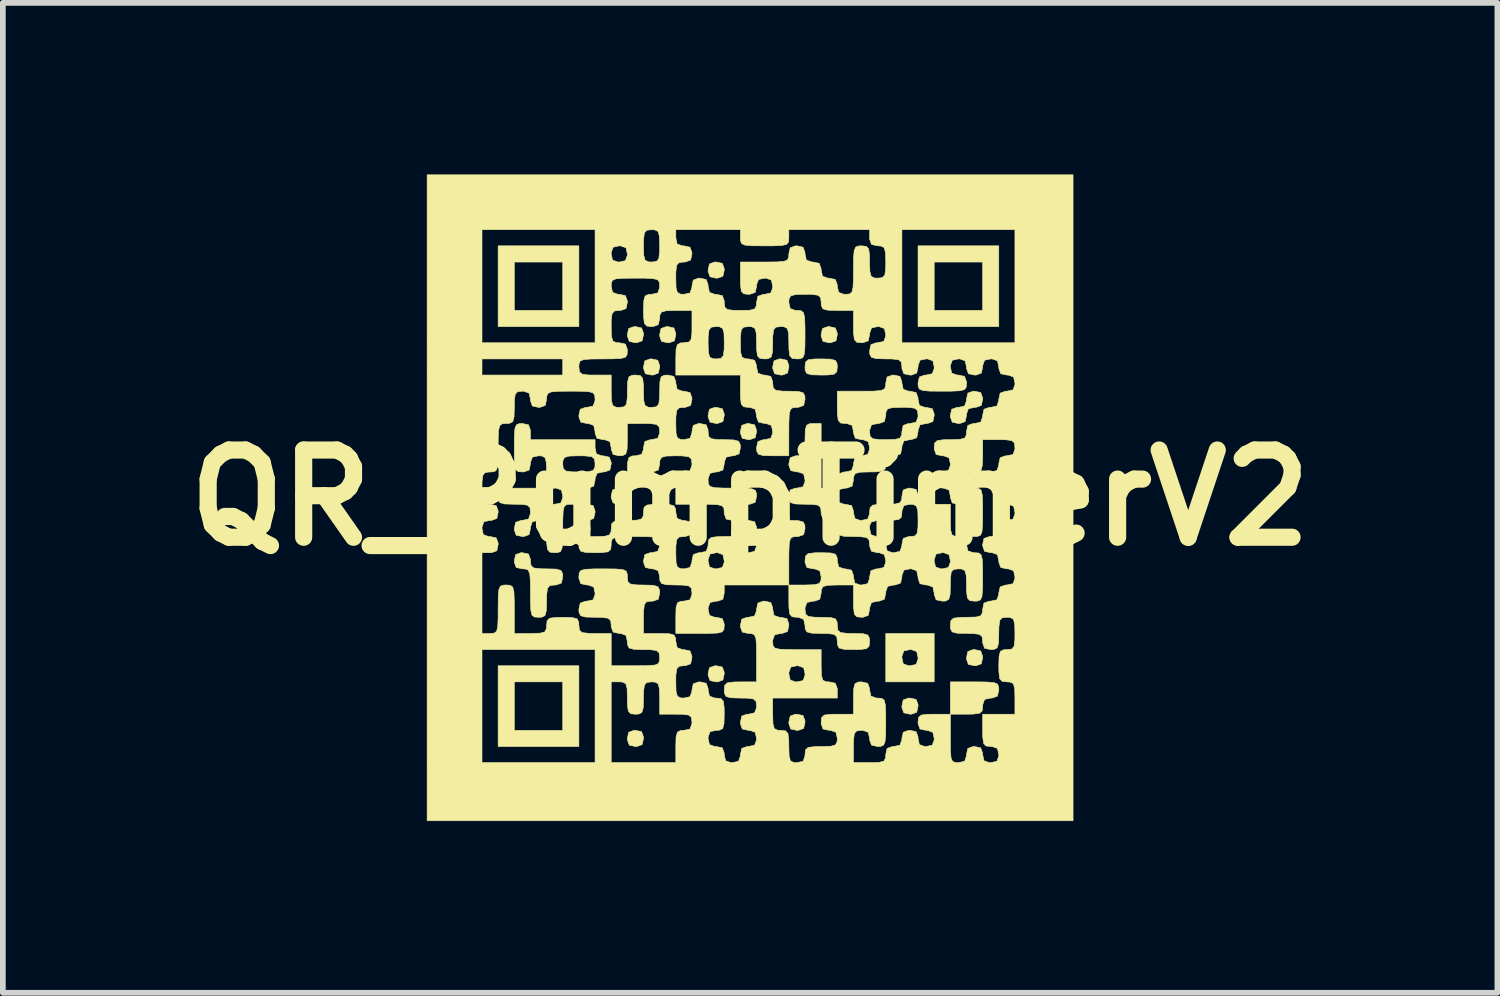
<source format=kicad_pcb>
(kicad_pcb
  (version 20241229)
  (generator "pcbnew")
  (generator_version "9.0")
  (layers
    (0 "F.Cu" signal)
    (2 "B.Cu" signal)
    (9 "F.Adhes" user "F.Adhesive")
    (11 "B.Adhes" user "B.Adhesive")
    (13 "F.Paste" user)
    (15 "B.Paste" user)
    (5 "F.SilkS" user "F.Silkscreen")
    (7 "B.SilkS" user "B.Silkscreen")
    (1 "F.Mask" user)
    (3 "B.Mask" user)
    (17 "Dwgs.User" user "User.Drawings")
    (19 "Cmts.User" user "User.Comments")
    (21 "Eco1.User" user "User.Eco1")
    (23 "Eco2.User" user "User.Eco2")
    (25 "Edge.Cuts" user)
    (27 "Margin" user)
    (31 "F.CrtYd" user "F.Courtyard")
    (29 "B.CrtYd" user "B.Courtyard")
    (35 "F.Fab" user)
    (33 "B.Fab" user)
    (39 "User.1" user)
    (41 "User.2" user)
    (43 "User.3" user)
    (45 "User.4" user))
  (footprint "QR_PumpTimerV2"
    (layer "F.Cu")
    (at 10.058 5.649)
    (property "Reference" "QR_PumpTimerV2" (at 0 0 0) (layer "F.SilkS") (effects (font (size 1.524 1.524) (thickness 0.3))))
    (attr through_hole)
    (fp_poly (pts (xy -2.992 -2.992) (xy -4.403 -2.992) (xy -4.403 -4.12) (xy -4.12 -4.12) (xy -4.12 -3.274) (xy -3.274 -3.274) (xy -3.274 -4.12) (xy -4.12 -4.12) (xy -4.403 -4.12) (xy -4.403 -4.403) (xy -2.992 -4.403) (xy -2.992 -2.992)) (stroke (width 0.01) (type solid)) (fill yes) (layer "F.SilkS"))
    (fp_poly (pts (xy -2.992 4.346) (xy -4.403 4.346) (xy -4.403 3.217) (xy -4.12 3.217) (xy -4.12 4.064) (xy -3.274 4.064) (xy -3.274 3.217) (xy -4.12 3.217) (xy -4.403 3.217) (xy -4.403 2.935) (xy -2.992 2.935) (xy -2.992 4.346)) (stroke (width 0.01) (type solid)) (fill yes) (layer "F.SilkS"))
    (fp_poly (pts (xy 4.346 -2.992) (xy 2.935 -2.992) (xy 2.935 -4.12) (xy 3.217 -4.12) (xy 3.217 -3.274) (xy 4.064 -3.274) (xy 4.064 -4.12) (xy 3.217 -4.12) (xy 2.935 -4.12) (xy 2.935 -4.403) (xy 4.346 -4.403) (xy 4.346 -2.992)) (stroke (width 0.01) (type solid)) (fill yes) (layer "F.SilkS"))
    (fp_poly (pts (xy -2.179 -0.146) (xy -2.145 -0.054) (xy -2.145 -0.028) (xy -2.168 0.079) (xy -2.26 0.112) (xy -2.286 0.113) (xy -2.393 0.09) (xy -2.427 -0.002) (xy -2.427 -0.028) (xy -2.404 -0.136) (xy -2.312 -0.169) (xy -2.286 -0.169) (xy -2.179 -0.146)) (stroke (width 0.01) (type solid)) (fill yes) (layer "F.SilkS"))
    (fp_poly (pts (xy -1.896 -2.968) (xy -1.863 -2.876) (xy -1.863 -2.85) (xy -1.886 -2.743) (xy -1.978 -2.71) (xy -2.004 -2.709) (xy -2.111 -2.733) (xy -2.144 -2.824) (xy -2.145 -2.85) (xy -2.122 -2.958) (xy -2.03 -2.991) (xy -2.004 -2.992) (xy -1.896 -2.968)) (stroke (width 0.01) (type solid)) (fill yes) (layer "F.SilkS"))
    (fp_poly (pts (xy -1.896 4.087) (xy -1.863 4.179) (xy -1.863 4.205) (xy -1.886 4.313) (xy -1.978 4.346) (xy -2.004 4.346) (xy -2.111 4.323) (xy -2.144 4.231) (xy -2.145 4.205) (xy -2.122 4.098) (xy -2.03 4.065) (xy -2.004 4.064) (xy -1.896 4.087)) (stroke (width 0.01) (type solid)) (fill yes) (layer "F.SilkS"))
    (fp_poly (pts (xy -1.614 -2.404) (xy -1.581 -2.312) (xy -1.58 -2.286) (xy -1.604 -2.179) (xy -1.696 -2.145) (xy -1.722 -2.145) (xy -1.829 -2.168) (xy -1.862 -2.26) (xy -1.863 -2.286) (xy -1.839 -2.393) (xy -1.748 -2.427) (xy -1.722 -2.427) (xy -1.614 -2.404)) (stroke (width 0.01) (type solid)) (fill yes) (layer "F.SilkS"))
    (fp_poly (pts (xy -1.332 -2.968) (xy -1.299 -2.876) (xy -1.298 -2.85) (xy -1.322 -2.743) (xy -1.413 -2.71) (xy -1.439 -2.709) (xy -1.547 -2.733) (xy -1.58 -2.824) (xy -1.58 -2.85) (xy -1.557 -2.958) (xy -1.465 -2.991) (xy -1.439 -2.992) (xy -1.332 -2.968)) (stroke (width 0.01) (type solid)) (fill yes) (layer "F.SilkS"))
    (fp_poly (pts (xy -0.485 -4.097) (xy -0.452 -4.005) (xy -0.452 -3.979) (xy -0.475 -3.872) (xy -0.567 -3.839) (xy -0.593 -3.838) (xy -0.7 -3.862) (xy -0.733 -3.953) (xy -0.734 -3.979) (xy -0.71 -4.087) (xy -0.619 -4.12) (xy -0.593 -4.12) (xy -0.485 -4.097)) (stroke (width 0.01) (type solid)) (fill yes) (layer "F.SilkS"))
    (fp_poly (pts (xy -0.485 -1.557) (xy -0.452 -1.465) (xy -0.452 -1.439) (xy -0.475 -1.332) (xy -0.567 -1.299) (xy -0.593 -1.298) (xy -0.7 -1.322) (xy -0.733 -1.413) (xy -0.734 -1.439) (xy -0.71 -1.547) (xy -0.619 -1.58) (xy -0.593 -1.58) (xy -0.485 -1.557)) (stroke (width 0.01) (type solid)) (fill yes) (layer "F.SilkS"))
    (fp_poly (pts (xy -0.485 2.958) (xy -0.452 3.05) (xy -0.452 3.076) (xy -0.475 3.184) (xy -0.567 3.217) (xy -0.593 3.217) (xy -0.7 3.194) (xy -0.733 3.102) (xy -0.734 3.076) (xy -0.71 2.969) (xy -0.619 2.936) (xy -0.593 2.935) (xy -0.485 2.958)) (stroke (width 0.01) (type solid)) (fill yes) (layer "F.SilkS"))
    (fp_poly (pts (xy 0.079 -1.275) (xy 0.112 -1.183) (xy 0.113 -1.157) (xy 0.09 -1.05) (xy -0.002 -1.017) (xy -0.028 -1.016) (xy -0.136 -1.039) (xy -0.169 -1.131) (xy -0.169 -1.157) (xy -0.146 -1.265) (xy -0.054 -1.298) (xy -0.028 -1.298) (xy 0.079 -1.275)) (stroke (width 0.01) (type solid)) (fill yes) (layer "F.SilkS"))
    (fp_poly (pts (xy 0.361 -0.428) (xy 0.395 -0.336) (xy 0.395 -0.31) (xy 0.372 -0.203) (xy 0.28 -0.17) (xy 0.254 -0.169) (xy 0.147 -0.193) (xy 0.113 -0.284) (xy 0.113 -0.31) (xy 0.136 -0.418) (xy 0.228 -0.451) (xy 0.254 -0.452) (xy 0.361 -0.428)) (stroke (width 0.01) (type solid)) (fill yes) (layer "F.SilkS"))
    (fp_poly (pts (xy 0.644 -2.404) (xy 0.677 -2.312) (xy 0.677 -2.286) (xy 0.654 -2.179) (xy 0.562 -2.145) (xy 0.536 -2.145) (xy 0.429 -2.168) (xy 0.396 -2.26) (xy 0.395 -2.286) (xy 0.418 -2.393) (xy 0.51 -2.427) (xy 0.536 -2.427) (xy 0.644 -2.404)) (stroke (width 0.01) (type solid)) (fill yes) (layer "F.SilkS"))
    (fp_poly (pts (xy 0.926 3.805) (xy 0.959 3.897) (xy 0.96 3.923) (xy 0.936 4.03) (xy 0.844 4.063) (xy 0.818 4.064) (xy 0.711 4.041) (xy 0.678 3.949) (xy 0.677 3.923) (xy 0.701 3.815) (xy 0.792 3.782) (xy 0.818 3.782) (xy 0.926 3.805)) (stroke (width 0.01) (type solid)) (fill yes) (layer "F.SilkS"))
    (fp_poly (pts (xy 1.49 -2.968) (xy 1.523 -2.876) (xy 1.524 -2.85) (xy 1.501 -2.743) (xy 1.409 -2.71) (xy 1.383 -2.709) (xy 1.275 -2.733) (xy 1.242 -2.824) (xy 1.242 -2.85) (xy 1.265 -2.958) (xy 1.357 -2.991) (xy 1.383 -2.992) (xy 1.49 -2.968)) (stroke (width 0.01) (type solid)) (fill yes) (layer "F.SilkS"))
    (fp_poly (pts (xy 2.901 3.523) (xy 2.935 3.615) (xy 2.935 3.641) (xy 2.912 3.748) (xy 2.82 3.781) (xy 2.794 3.782) (xy 2.687 3.758) (xy 2.653 3.667) (xy 2.653 3.641) (xy 2.676 3.533) (xy 2.768 3.5) (xy 2.794 3.5) (xy 2.901 3.523)) (stroke (width 0.01) (type solid)) (fill yes) (layer "F.SilkS"))
    (fp_poly (pts (xy 4.03 2.676) (xy 4.063 2.768) (xy 4.064 2.794) (xy 4.041 2.901) (xy 3.949 2.935) (xy 3.923 2.935) (xy 3.815 2.912) (xy 3.782 2.82) (xy 3.782 2.794) (xy 3.805 2.687) (xy 3.897 2.653) (xy 3.923 2.653) (xy 4.03 2.676)) (stroke (width 0.01) (type solid)) (fill yes) (layer "F.SilkS"))
    (fp_poly (pts (xy 1.409 -2.423) (xy 1.493 -2.399) (xy 1.521 -2.343) (xy 1.524 -2.286) (xy 1.515 -2.202) (xy 1.468 -2.16) (xy 1.355 -2.146) (xy 1.242 -2.145) (xy 1.074 -2.149) (xy 0.991 -2.173) (xy 0.962 -2.229) (xy 0.96 -2.286) (xy 0.969 -2.37) (xy 1.015 -2.412) (xy 1.129 -2.426) (xy 1.242 -2.427) (xy 1.409 -2.423)) (stroke (width 0.01) (type solid)) (fill yes) (layer "F.SilkS"))
    (fp_poly (pts (xy 4.138 3.219) (xy 4.264 3.23) (xy 4.325 3.257) (xy 4.345 3.309) (xy 4.346 3.358) (xy 4.323 3.466) (xy 4.231 3.499) (xy 4.205 3.5) (xy 4.098 3.523) (xy 4.065 3.615) (xy 4.064 3.641) (xy 4.055 3.724) (xy 4.008 3.766) (xy 3.895 3.78) (xy 3.782 3.782) (xy 3.5 3.782) (xy 3.5 3.217) (xy 3.923 3.217) (xy 4.138 3.219)) (stroke (width 0.01) (type solid)) (fill yes) (layer "F.SilkS"))
    (fp_poly (pts (xy 3.217 3.217) (xy 2.371 3.217) (xy 2.371 2.794) (xy 2.653 2.794) (xy 2.676 2.901) (xy 2.768 2.935) (xy 2.794 2.935) (xy 2.901 2.912) (xy 2.935 2.82) (xy 2.935 2.794) (xy 2.912 2.687) (xy 2.82 2.653) (xy 2.794 2.653) (xy 2.687 2.676) (xy 2.653 2.768) (xy 2.653 2.794) (xy 2.371 2.794) (xy 2.371 2.371) (xy 3.217 2.371) (xy 3.217 3.217)) (stroke (width 0.01) (type solid)) (fill yes) (layer "F.SilkS"))
    (fp_poly (pts (xy 4.03 -1.839) (xy 4.063 -1.748) (xy 4.064 -1.722) (xy 4.041 -1.614) (xy 3.949 -1.581) (xy 3.923 -1.58) (xy 3.815 -1.557) (xy 3.782 -1.465) (xy 3.782 -1.439) (xy 3.758 -1.332) (xy 3.667 -1.299) (xy 3.641 -1.298) (xy 3.533 -1.322) (xy 3.5 -1.413) (xy 3.5 -1.439) (xy 3.523 -1.547) (xy 3.615 -1.58) (xy 3.641 -1.58) (xy 3.748 -1.604) (xy 3.781 -1.696) (xy 3.782 -1.722) (xy 3.805 -1.829) (xy 3.897 -1.862) (xy 3.923 -1.863) (xy 4.03 -1.839)) (stroke (width 0.01) (type solid)) (fill yes) (layer "F.SilkS"))
    (fp_poly (pts (xy -3.872 0.983) (xy -3.839 1.075) (xy -3.838 1.101) (xy -3.829 1.184) (xy -3.782 1.226) (xy -3.669 1.24) (xy -3.556 1.242) (xy -3.389 1.246) (xy -3.305 1.27) (xy -3.276 1.326) (xy -3.274 1.383) (xy -3.297 1.49) (xy -3.389 1.523) (xy -3.415 1.524) (xy -3.499 1.533) (xy -3.54 1.58) (xy -3.555 1.693) (xy -3.556 1.806) (xy -3.561 1.974) (xy -3.584 2.057) (xy -3.64 2.086) (xy -3.697 2.088) (xy -3.769 2.083) (xy -3.811 2.051) (xy -3.831 1.97) (xy -3.838 1.814) (xy -3.838 1.665) (xy -3.84 1.45) (xy -3.851 1.324) (xy -3.878 1.263) (xy -3.93 1.243) (xy -3.979 1.242) (xy -4.087 1.218) (xy -4.12 1.127) (xy -4.12 1.101) (xy -4.097 0.993) (xy -4.005 0.96) (xy -3.979 0.96) (xy -3.872 0.983)) (stroke (width 0.01) (type solid)) (fill yes) (layer "F.SilkS"))
    (fp_poly (pts (xy -3.872 -1.275) (xy -3.839 -1.183) (xy -3.838 -1.157) (xy -3.838 -1.016) (xy -2.709 -1.016) (xy -2.709 -0.875) (xy -2.686 -0.767) (xy -2.594 -0.734) (xy -2.568 -0.734) (xy -2.461 -0.71) (xy -2.428 -0.619) (xy -2.427 -0.593) (xy -2.45 -0.485) (xy -2.542 -0.452) (xy -2.568 -0.452) (xy -2.676 -0.428) (xy -2.709 -0.336) (xy -2.709 -0.31) (xy -2.733 -0.203) (xy -2.824 -0.17) (xy -2.85 -0.169) (xy -2.958 -0.146) (xy -2.991 -0.054) (xy -2.992 -0.028) (xy -2.968 0.079) (xy -2.876 0.112) (xy -2.85 0.113) (xy -2.743 0.136) (xy -2.71 0.228) (xy -2.709 0.254) (xy -2.733 0.361) (xy -2.824 0.395) (xy -2.85 0.395) (xy -2.958 0.372) (xy -2.991 0.28) (xy -2.992 0.254) (xy -3.015 0.147) (xy -3.107 0.113) (xy -3.133 0.113) (xy -3.204 0.118) (xy -3.247 0.15) (xy -3.267 0.232) (xy -3.273 0.388) (xy -3.274 0.536) (xy -3.276 0.752) (xy -3.286 0.878) (xy -3.313 0.939) (xy -3.365 0.958) (xy -3.415 0.96) (xy -3.499 0.95) (xy -3.54 0.904) (xy -3.555 0.791) (xy -3.556 0.677) (xy -3.561 0.51) (xy -3.584 0.426) (xy -3.64 0.398) (xy -3.697 0.395) (xy -3.805 0.418) (xy -3.838 0.51) (xy -3.838 0.536) (xy -3.862 0.644) (xy -3.953 0.677) (xy -3.979 0.677) (xy -4.087 0.654) (xy -4.12 0.562) (xy -4.12 0.536) (xy -4.097 0.429) (xy -4.005 0.396) (xy -3.979 0.395) (xy -3.872 0.372) (xy -3.839 0.28) (xy -3.838 0.254) (xy -3.847 0.17) (xy -3.894 0.128) (xy -4.007 0.114) (xy -4.12 0.113) (xy -4.288 0.108) (xy -4.372 0.085) (xy -4.4 0.028) (xy -4.403 -0.028) (xy -3.556 -0.028) (xy -3.533 0.079) (xy -3.441 0.112) (xy -3.415 0.113) (xy -3.307 0.09) (xy -3.274 -0.002) (xy -3.274 -0.028) (xy -3.297 -0.136) (xy -3.389 -0.169) (xy -3.415 -0.169) (xy -3.522 -0.146) (xy -3.555 -0.054) (xy -3.556 -0.028) (xy -4.403 -0.028) (xy -4.397 -0.1) (xy -4.366 -0.142) (xy -4.284 -0.162) (xy -4.128 -0.169) (xy -3.979 -0.169) (xy -3.556 -0.169) (xy -3.556 -0.452) (xy -3.56 -0.593) (xy -3.274 -0.593) (xy -3.265 -0.509) (xy -3.218 -0.467) (xy -3.105 -0.453) (xy -2.992 -0.452) (xy -2.824 -0.456) (xy -2.74 -0.479) (xy -2.712 -0.536) (xy -2.709 -0.593) (xy -2.718 -0.676) (xy -2.765 -0.718) (xy -2.878 -0.732) (xy -2.992 -0.734) (xy -3.159 -0.729) (xy -3.243 -0.706) (xy -3.271 -0.649) (xy -3.274 -0.593) (xy -3.56 -0.593) (xy -3.561 -0.619) (xy -3.584 -0.703) (xy -3.64 -0.731) (xy -3.697 -0.734) (xy -3.805 -0.71) (xy -3.838 -0.619) (xy -3.838 -0.593) (xy -3.862 -0.485) (xy -3.953 -0.452) (xy -3.979 -0.452) (xy -4.051 -0.457) (xy -4.093 -0.489) (xy -4.113 -0.57) (xy -4.12 -0.726) (xy -4.12 -0.875) (xy -4.119 -1.09) (xy -4.108 -1.216) (xy -4.081 -1.277) (xy -4.029 -1.297) (xy -3.979 -1.298) (xy -3.872 -1.275)) (stroke (width 0.01) (type solid)) (fill yes) (layer "F.SilkS"))
    (fp_poly (pts (xy -1.413 0.117) (xy -1.329 0.141) (xy -1.301 0.197) (xy -1.298 0.254) (xy -1.275 0.361) (xy -1.183 0.395) (xy -1.157 0.395) (xy -1.05 0.418) (xy -1.017 0.51) (xy -1.016 0.536) (xy -1.039 0.644) (xy -1.131 0.677) (xy -1.157 0.677) (xy -1.241 0.686) (xy -1.283 0.733) (xy -1.297 0.846) (xy -1.298 0.96) (xy -1.294 1.127) (xy -1.27 1.211) (xy -1.214 1.239) (xy -1.157 1.242) (xy -1.05 1.218) (xy -1.017 1.127) (xy -1.016 1.101) (xy -0.734 1.101) (xy -0.71 1.208) (xy -0.619 1.241) (xy -0.593 1.242) (xy -0.485 1.218) (xy -0.452 1.127) (xy -0.452 1.101) (xy -0.475 0.993) (xy -0.567 0.96) (xy -0.593 0.96) (xy -0.7 0.983) (xy -0.733 1.075) (xy -0.734 1.101) (xy -1.016 1.101) (xy -0.993 0.993) (xy -0.901 0.96) (xy -0.875 0.96) (xy -0.767 0.936) (xy -0.734 0.844) (xy -0.734 0.818) (xy -0.169 0.818) (xy -0.146 0.926) (xy -0.054 0.959) (xy -0.028 0.96) (xy 0.079 0.936) (xy 0.112 0.844) (xy 0.113 0.818) (xy 0.09 0.711) (xy -0.002 0.678) (xy -0.028 0.677) (xy -0.136 0.701) (xy -0.169 0.792) (xy -0.169 0.818) (xy -0.734 0.818) (xy -0.725 0.735) (xy -0.678 0.693) (xy -0.565 0.679) (xy -0.452 0.677) (xy -0.284 0.673) (xy -0.201 0.649) (xy -0.172 0.593) (xy -0.169 0.536) (xy -0.146 0.429) (xy -0.054 0.396) (xy -0.028 0.395) (xy 0.079 0.418) (xy 0.112 0.51) (xy 0.113 0.536) (xy 0.136 0.644) (xy 0.228 0.677) (xy 0.254 0.677) (xy 0.361 0.654) (xy 0.395 0.562) (xy 0.395 0.536) (xy 0.404 0.452) (xy 0.451 0.411) (xy 0.564 0.396) (xy 0.677 0.395) (xy 0.845 0.4) (xy 0.928 0.423) (xy 0.957 0.48) (xy 0.96 0.536) (xy 0.936 0.644) (xy 0.844 0.677) (xy 0.818 0.677) (xy 0.747 0.683) (xy 0.705 0.714) (xy 0.684 0.796) (xy 0.678 0.952) (xy 0.677 1.101) (xy 0.677 1.524) (xy -0.452 1.524) (xy -0.452 1.665) (xy -0.475 1.773) (xy -0.567 1.806) (xy -0.593 1.806) (xy -0.7 1.83) (xy -0.733 1.921) (xy -0.734 1.947) (xy -0.71 2.055) (xy -0.619 2.088) (xy -0.593 2.088) (xy -0.485 2.112) (xy -0.452 2.204) (xy -0.452 2.23) (xy -0.457 2.301) (xy -0.489 2.343) (xy -0.57 2.364) (xy -0.726 2.37) (xy -0.875 2.371) (xy -1.298 2.371) (xy -1.298 2.088) (xy -1.294 1.921) (xy -1.27 1.837) (xy -1.214 1.809) (xy -1.157 1.806) (xy -1.05 1.783) (xy -1.017 1.691) (xy -1.016 1.665) (xy -1.025 1.581) (xy -1.072 1.54) (xy -1.185 1.525) (xy -1.298 1.524) (xy -1.466 1.519) (xy -1.549 1.496) (xy -1.578 1.44) (xy -1.58 1.383) (xy -1.604 1.275) (xy -1.696 1.242) (xy -1.722 1.242) (xy -1.829 1.218) (xy -1.862 1.127) (xy -1.863 1.101) (xy -1.839 0.993) (xy -1.748 0.96) (xy -1.722 0.96) (xy -1.614 0.936) (xy -1.581 0.844) (xy -1.58 0.818) (xy -1.586 0.747) (xy -1.617 0.705) (xy -1.699 0.684) (xy -1.855 0.678) (xy -2.004 0.677) (xy -2.219 0.679) (xy -2.345 0.69) (xy -2.406 0.717) (xy -2.426 0.769) (xy -2.427 0.818) (xy -2.436 0.902) (xy -2.483 0.944) (xy -2.596 0.958) (xy -2.709 0.96) (xy -2.877 0.955) (xy -2.96 0.932) (xy -2.989 0.875) (xy -2.992 0.818) (xy -2.982 0.735) (xy -2.936 0.693) (xy -2.823 0.679) (xy -2.709 0.677) (xy -2.542 0.673) (xy -2.458 0.649) (xy -2.43 0.593) (xy -2.427 0.536) (xy -2.418 0.452) (xy -2.371 0.411) (xy -2.258 0.396) (xy -2.145 0.395) (xy -1.977 0.391) (xy -1.894 0.367) (xy -1.865 0.311) (xy -1.863 0.254) (xy -1.854 0.17) (xy -1.807 0.128) (xy -1.694 0.114) (xy -1.58 0.113) (xy -1.413 0.117)) (stroke (width 0.01) (type solid)) (fill yes) (layer "F.SilkS"))
    (fp_poly (pts (xy 2.619 -2.122) (xy 2.652 -2.03) (xy 2.653 -2.004) (xy 2.676 -1.896) (xy 2.768 -1.863) (xy 2.794 -1.863) (xy 2.901 -1.839) (xy 2.935 -1.748) (xy 2.935 -1.722) (xy 2.958 -1.614) (xy 3.05 -1.581) (xy 3.076 -1.58) (xy 3.184 -1.557) (xy 3.217 -1.465) (xy 3.217 -1.439) (xy 3.194 -1.332) (xy 3.102 -1.299) (xy 3.076 -1.298) (xy 2.969 -1.275) (xy 2.936 -1.183) (xy 2.935 -1.157) (xy 2.912 -1.05) (xy 2.82 -1.017) (xy 2.794 -1.016) (xy 2.687 -0.993) (xy 2.653 -0.901) (xy 2.653 -0.875) (xy 2.63 -0.767) (xy 2.538 -0.734) (xy 2.512 -0.734) (xy 2.404 -0.71) (xy 2.371 -0.619) (xy 2.371 -0.593) (xy 2.362 -0.509) (xy 2.315 -0.467) (xy 2.202 -0.453) (xy 2.088 -0.452) (xy 1.921 -0.447) (xy 1.837 -0.424) (xy 1.809 -0.367) (xy 1.806 -0.31) (xy 1.783 -0.203) (xy 1.691 -0.17) (xy 1.665 -0.169) (xy 1.558 -0.146) (xy 1.525 -0.054) (xy 1.524 -0.028) (xy 1.547 0.079) (xy 1.639 0.112) (xy 1.665 0.113) (xy 1.773 0.136) (xy 1.806 0.228) (xy 1.806 0.254) (xy 1.83 0.361) (xy 1.921 0.395) (xy 1.947 0.395) (xy 2.055 0.372) (xy 2.088 0.28) (xy 2.088 0.254) (xy 2.098 0.17) (xy 2.144 0.128) (xy 2.257 0.114) (xy 2.371 0.113) (xy 2.538 0.108) (xy 2.622 0.085) (xy 2.65 0.028) (xy 2.653 -0.028) (xy 2.676 -0.136) (xy 2.768 -0.169) (xy 2.794 -0.169) (xy 2.901 -0.146) (xy 2.935 -0.054) (xy 2.935 -0.028) (xy 2.944 0.056) (xy 2.991 0.097) (xy 3.104 0.112) (xy 3.217 0.113) (xy 3.5 0.113) (xy 3.5 0.395) (xy 3.504 0.563) (xy 3.527 0.646) (xy 3.584 0.675) (xy 3.641 0.677) (xy 3.748 0.701) (xy 3.781 0.792) (xy 3.782 0.818) (xy 3.805 0.926) (xy 3.897 0.959) (xy 3.923 0.96) (xy 3.995 0.965) (xy 4.037 0.997) (xy 4.057 1.078) (xy 4.063 1.234) (xy 4.064 1.383) (xy 4.062 1.598) (xy 4.052 1.724) (xy 4.024 1.785) (xy 3.972 1.805) (xy 3.923 1.806) (xy 3.839 1.797) (xy 3.797 1.75) (xy 3.783 1.637) (xy 3.782 1.524) (xy 3.777 1.357) (xy 3.754 1.273) (xy 3.697 1.244) (xy 3.641 1.242) (xy 3.557 1.251) (xy 3.515 1.298) (xy 3.501 1.411) (xy 3.5 1.524) (xy 3.495 1.691) (xy 3.472 1.775) (xy 3.415 1.804) (xy 3.358 1.806) (xy 3.251 1.783) (xy 3.218 1.691) (xy 3.217 1.665) (xy 3.194 1.558) (xy 3.102 1.525) (xy 3.076 1.524) (xy 2.969 1.501) (xy 2.936 1.409) (xy 2.935 1.383) (xy 2.912 1.275) (xy 2.82 1.242) (xy 2.794 1.242) (xy 2.687 1.265) (xy 2.653 1.357) (xy 2.653 1.383) (xy 2.63 1.49) (xy 2.538 1.523) (xy 2.512 1.524) (xy 2.404 1.547) (xy 2.371 1.639) (xy 2.371 1.665) (xy 2.347 1.773) (xy 2.256 1.806) (xy 2.23 1.806) (xy 2.122 1.83) (xy 2.089 1.921) (xy 2.088 1.947) (xy 2.065 2.055) (xy 1.973 2.088) (xy 1.947 2.088) (xy 1.864 2.079) (xy 1.822 2.033) (xy 1.808 1.919) (xy 1.806 1.806) (xy 1.806 1.524) (xy 1.524 1.524) (xy 1.357 1.529) (xy 1.273 1.552) (xy 1.244 1.608) (xy 1.242 1.665) (xy 1.218 1.773) (xy 1.127 1.806) (xy 1.101 1.806) (xy 0.993 1.83) (xy 0.96 1.921) (xy 0.96 1.947) (xy 0.969 2.031) (xy 1.015 2.073) (xy 1.129 2.087) (xy 1.242 2.088) (xy 1.409 2.093) (xy 1.493 2.116) (xy 1.521 2.173) (xy 1.524 2.23) (xy 1.533 2.313) (xy 1.58 2.355) (xy 1.693 2.369) (xy 1.806 2.371) (xy 1.974 2.375) (xy 2.057 2.399) (xy 2.086 2.455) (xy 2.088 2.512) (xy 2.079 2.596) (xy 2.033 2.637) (xy 1.919 2.652) (xy 1.806 2.653) (xy 1.639 2.648) (xy 1.555 2.625) (xy 1.527 2.568) (xy 1.524 2.512) (xy 1.515 2.428) (xy 1.468 2.386) (xy 1.355 2.372) (xy 1.242 2.371) (xy 1.074 2.366) (xy 0.991 2.343) (xy 0.962 2.286) (xy 0.96 2.23) (xy 0.936 2.122) (xy 0.844 2.089) (xy 0.818 2.088) (xy 0.735 2.079) (xy 0.693 2.033) (xy 0.679 1.919) (xy 0.677 1.806) (xy 0.677 1.524) (xy 0.96 1.524) (xy 1.127 1.519) (xy 1.211 1.496) (xy 1.239 1.44) (xy 1.242 1.383) (xy 1.218 1.275) (xy 1.127 1.242) (xy 1.101 1.242) (xy 0.993 1.218) (xy 0.96 1.127) (xy 0.96 1.101) (xy 0.969 1.017) (xy 1.015 0.975) (xy 1.129 0.961) (xy 1.242 0.96) (xy 1.409 0.964) (xy 1.493 0.987) (xy 1.521 1.044) (xy 1.524 1.101) (xy 1.547 1.208) (xy 1.639 1.241) (xy 1.665 1.242) (xy 1.773 1.265) (xy 1.806 1.357) (xy 1.806 1.383) (xy 1.83 1.49) (xy 1.921 1.523) (xy 1.947 1.524) (xy 2.055 1.501) (xy 2.088 1.409) (xy 2.088 1.383) (xy 2.112 1.275) (xy 2.204 1.242) (xy 2.23 1.242) (xy 2.337 1.218) (xy 2.37 1.127) (xy 2.371 1.101) (xy 3.217 1.101) (xy 3.241 1.208) (xy 3.332 1.241) (xy 3.358 1.242) (xy 3.466 1.218) (xy 3.499 1.127) (xy 3.5 1.101) (xy 3.476 0.993) (xy 3.384 0.96) (xy 3.358 0.96) (xy 3.251 0.983) (xy 3.218 1.075) (xy 3.217 1.101) (xy 2.371 1.101) (xy 2.347 0.993) (xy 2.256 0.96) (xy 2.23 0.96) (xy 2.122 0.936) (xy 2.089 0.844) (xy 2.088 0.818) (xy 2.079 0.735) (xy 2.033 0.693) (xy 1.919 0.679) (xy 1.806 0.677) (xy 1.639 0.673) (xy 1.555 0.649) (xy 1.527 0.593) (xy 1.524 0.536) (xy 2.088 0.536) (xy 2.112 0.644) (xy 2.204 0.677) (xy 2.23 0.677) (xy 2.337 0.701) (xy 2.37 0.792) (xy 2.371 0.818) (xy 2.394 0.926) (xy 2.486 0.959) (xy 2.512 0.96) (xy 2.619 0.936) (xy 2.652 0.844) (xy 2.653 0.818) (xy 2.676 0.711) (xy 2.768 0.678) (xy 2.794 0.677) (xy 2.878 0.668) (xy 2.92 0.621) (xy 2.934 0.508) (xy 2.935 0.395) (xy 2.931 0.228) (xy 2.907 0.144) (xy 2.851 0.116) (xy 2.794 0.113) (xy 2.687 0.136) (xy 2.653 0.228) (xy 2.653 0.254) (xy 2.644 0.338) (xy 2.597 0.38) (xy 2.484 0.394) (xy 2.371 0.395) (xy 2.203 0.4) (xy 2.12 0.423) (xy 2.091 0.48) (xy 2.088 0.536) (xy 1.524 0.536) (xy 1.501 0.429) (xy 1.409 0.396) (xy 1.383 0.395) (xy 1.275 0.372) (xy 1.242 0.28) (xy 1.242 0.254) (xy 1.233 0.17) (xy 1.186 0.128) (xy 1.073 0.114) (xy 0.96 0.113) (xy 0.792 0.108) (xy 0.709 0.085) (xy 0.68 0.028) (xy 0.677 -0.028) (xy 0.701 -0.136) (xy 0.792 -0.169) (xy 0.818 -0.169) (xy 0.926 -0.193) (xy 0.959 -0.284) (xy 0.96 -0.31) (xy 0.936 -0.418) (xy 0.844 -0.451) (xy 0.818 -0.452) (xy 0.711 -0.475) (xy 0.678 -0.567) (xy 0.677 -0.593) (xy 0.701 -0.7) (xy 0.792 -0.733) (xy 0.818 -0.734) (xy 0.902 -0.743) (xy 0.944 -0.79) (xy 0.958 -0.903) (xy 0.96 -1.016) (xy 0.964 -1.183) (xy 0.987 -1.267) (xy 1.044 -1.296) (xy 1.101 -1.298) (xy 1.242 -1.298) (xy 1.242 -0.169) (xy 1.383 -0.169) (xy 1.49 -0.193) (xy 1.523 -0.284) (xy 1.524 -0.31) (xy 1.547 -0.418) (xy 1.639 -0.451) (xy 1.665 -0.452) (xy 1.773 -0.475) (xy 1.806 -0.567) (xy 1.806 -0.593) (xy 1.83 -0.7) (xy 1.921 -0.733) (xy 1.947 -0.734) (xy 2.055 -0.757) (xy 2.088 -0.849) (xy 2.088 -0.875) (xy 2.065 -0.982) (xy 1.973 -1.015) (xy 1.947 -1.016) (xy 1.84 -1.039) (xy 1.807 -1.131) (xy 1.806 -1.157) (xy 2.088 -1.157) (xy 2.098 -1.073) (xy 2.144 -1.032) (xy 2.257 -1.017) (xy 2.371 -1.016) (xy 2.538 -1.021) (xy 2.622 -1.044) (xy 2.65 -1.1) (xy 2.653 -1.157) (xy 2.676 -1.265) (xy 2.768 -1.298) (xy 2.794 -1.298) (xy 2.901 -1.322) (xy 2.935 -1.413) (xy 2.935 -1.439) (xy 2.926 -1.523) (xy 2.879 -1.565) (xy 2.766 -1.579) (xy 2.653 -1.58) (xy 2.485 -1.576) (xy 2.402 -1.553) (xy 2.373 -1.496) (xy 2.371 -1.439) (xy 2.347 -1.332) (xy 2.256 -1.299) (xy 2.23 -1.298) (xy 2.122 -1.275) (xy 2.089 -1.183) (xy 2.088 -1.157) (xy 1.806 -1.157) (xy 1.783 -1.265) (xy 1.691 -1.298) (xy 1.665 -1.298) (xy 1.581 -1.307) (xy 1.54 -1.354) (xy 1.525 -1.467) (xy 1.524 -1.58) (xy 1.524 -1.863) (xy 1.947 -1.863) (xy 2.163 -1.864) (xy 2.289 -1.875) (xy 2.35 -1.902) (xy 2.369 -1.954) (xy 2.371 -2.004) (xy 2.394 -2.111) (xy 2.486 -2.144) (xy 2.512 -2.145) (xy 2.619 -2.122)) (stroke (width 0.01) (type solid)) (fill yes) (layer "F.SilkS"))
    (fp_poly (pts (xy 5.644 5.644) (xy -5.644 5.644) (xy -5.644 2.653) (xy -4.685 2.653) (xy -4.685 4.628) (xy -2.709 4.628) (xy -2.709 3.217) (xy -2.427 3.217) (xy -2.427 4.628) (xy -1.298 4.628) (xy -1.298 4.346) (xy -1.294 4.179) (xy -1.27 4.095) (xy -1.214 4.067) (xy -1.157 4.064) (xy -1.05 4.041) (xy -1.017 3.949) (xy -1.016 3.923) (xy -1.025 3.839) (xy -1.072 3.797) (xy -1.185 3.783) (xy -1.298 3.782) (xy -1.58 3.782) (xy -1.58 3.5) (xy -1.585 3.332) (xy -1.608 3.248) (xy -1.665 3.22) (xy -1.722 3.217) (xy -1.805 3.226) (xy -1.847 3.273) (xy -1.861 3.386) (xy -1.863 3.5) (xy -1.867 3.667) (xy -1.891 3.751) (xy -1.947 3.779) (xy -2.004 3.782) (xy -2.088 3.773) (xy -2.129 3.726) (xy -2.144 3.613) (xy -2.145 3.5) (xy -2.149 3.332) (xy -2.173 3.248) (xy -2.229 3.22) (xy -2.286 3.217) (xy -2.427 3.217) (xy -2.709 3.217) (xy -2.709 2.653) (xy -4.685 2.653) (xy -5.644 2.653) (xy -5.644 -0.169) (xy -4.685 -0.169) (xy -4.68 -0.002) (xy -4.657 0.082) (xy -4.6 0.11) (xy -4.544 0.113) (xy -4.436 0.136) (xy -4.403 0.228) (xy -4.403 0.254) (xy -4.426 0.361) (xy -4.518 0.395) (xy -4.544 0.395) (xy -4.651 0.418) (xy -4.684 0.51) (xy -4.685 0.536) (xy -4.662 0.644) (xy -4.57 0.677) (xy -4.544 0.677) (xy -4.436 0.701) (xy -4.403 0.792) (xy -4.403 0.818) (xy -4.426 0.926) (xy -4.518 0.959) (xy -4.544 0.96) (xy -4.685 0.96) (xy -4.685 2.371) (xy -4.544 2.371) (xy -4.472 2.365) (xy -4.43 2.334) (xy -4.41 2.252) (xy -4.403 2.096) (xy -4.403 1.947) (xy -4.401 1.732) (xy -4.39 1.606) (xy -4.363 1.545) (xy -4.311 1.526) (xy -4.262 1.524) (xy -4.19 1.529) (xy -4.148 1.561) (xy -4.127 1.643) (xy -4.121 1.799) (xy -4.12 1.947) (xy -4.12 2.371) (xy -3.838 2.371) (xy -3.671 2.366) (xy -3.587 2.343) (xy -3.559 2.286) (xy -3.556 2.23) (xy -3.547 2.146) (xy -3.5 2.104) (xy -3.387 2.09) (xy -3.274 2.088) (xy -3.106 2.093) (xy -3.023 2.116) (xy -2.994 2.173) (xy -2.992 2.23) (xy -2.982 2.313) (xy -2.936 2.355) (xy -2.823 2.369) (xy -2.709 2.371) (xy -2.427 2.371) (xy -2.427 2.935) (xy -2.004 2.935) (xy -1.788 2.933) (xy -1.662 2.923) (xy -1.601 2.896) (xy -1.582 2.844) (xy -1.58 2.794) (xy -1.59 2.71) (xy -1.636 2.668) (xy -1.749 2.654) (xy -1.863 2.653) (xy -2.03 2.648) (xy -2.114 2.625) (xy -2.142 2.568) (xy -2.145 2.512) (xy -2.168 2.404) (xy -2.26 2.371) (xy -2.286 2.371) (xy -2.393 2.347) (xy -2.427 2.256) (xy -2.427 2.23) (xy -2.436 2.146) (xy -2.483 2.104) (xy -2.596 2.09) (xy -2.709 2.088) (xy -2.877 2.084) (xy -2.96 2.061) (xy -2.989 2.004) (xy -2.992 1.947) (xy -2.968 1.84) (xy -2.876 1.807) (xy -2.85 1.806) (xy -2.743 1.783) (xy -2.71 1.691) (xy -2.709 1.665) (xy -2.733 1.558) (xy -2.824 1.525) (xy -2.85 1.524) (xy -2.958 1.501) (xy -2.991 1.409) (xy -2.992 1.383) (xy -2.986 1.311) (xy -2.955 1.269) (xy -2.873 1.249) (xy -2.717 1.242) (xy -2.568 1.242) (xy -2.353 1.244) (xy -2.227 1.254) (xy -2.166 1.281) (xy -2.146 1.333) (xy -2.145 1.383) (xy -2.136 1.467) (xy -2.089 1.508) (xy -1.976 1.523) (xy -1.863 1.524) (xy -1.695 1.529) (xy -1.612 1.552) (xy -1.583 1.608) (xy -1.58 1.665) (xy -1.604 1.773) (xy -1.696 1.806) (xy -1.722 1.806) (xy -1.805 1.815) (xy -1.847 1.862) (xy -1.861 1.975) (xy -1.863 2.088) (xy -1.863 2.371) (xy -1.58 2.371) (xy -1.413 2.375) (xy -1.329 2.399) (xy -1.301 2.455) (xy -1.298 2.512) (xy -1.275 2.619) (xy -1.183 2.652) (xy -1.157 2.653) (xy -1.05 2.676) (xy -1.017 2.768) (xy -1.016 2.794) (xy -1.039 2.901) (xy -1.131 2.935) (xy -1.157 2.935) (xy -1.241 2.944) (xy -1.283 2.991) (xy -1.297 3.104) (xy -1.298 3.217) (xy -1.294 3.385) (xy -1.27 3.468) (xy -1.214 3.497) (xy -1.157 3.5) (xy -1.05 3.476) (xy -1.017 3.384) (xy -1.016 3.358) (xy -0.993 3.251) (xy -0.901 3.218) (xy -0.875 3.217) (xy -0.767 3.241) (xy -0.734 3.332) (xy -0.734 3.358) (xy -0.71 3.466) (xy -0.619 3.499) (xy -0.593 3.5) (xy -0.509 3.509) (xy -0.467 3.555) (xy -0.453 3.669) (xy -0.452 3.782) (xy -0.456 3.949) (xy -0.479 4.033) (xy -0.536 4.061) (xy -0.593 4.064) (xy -0.7 4.087) (xy -0.733 4.179) (xy -0.734 4.205) (xy -0.71 4.313) (xy -0.619 4.346) (xy -0.593 4.346) (xy -0.485 4.37) (xy -0.452 4.461) (xy -0.452 4.487) (xy -0.428 4.595) (xy -0.336 4.628) (xy -0.31 4.628) (xy -0.203 4.605) (xy -0.17 4.513) (xy -0.169 4.487) (xy -0.146 4.38) (xy -0.054 4.347) (xy -0.028 4.346) (xy 0.079 4.323) (xy 0.112 4.231) (xy 0.113 4.205) (xy 0.09 4.098) (xy -0.002 4.065) (xy -0.028 4.064) (xy -0.136 4.041) (xy -0.169 3.949) (xy -0.169 3.923) (xy -0.146 3.815) (xy -0.054 3.782) (xy -0.028 3.782) (xy 0.079 3.758) (xy 0.112 3.667) (xy 0.113 3.641) (xy 0.104 3.557) (xy 0.057 3.515) (xy -0.056 3.501) (xy -0.169 3.5) (xy -0.337 3.495) (xy -0.42 3.472) (xy -0.449 3.415) (xy -0.452 3.358) (xy -0.442 3.275) (xy -0.396 3.233) (xy -0.283 3.219) (xy -0.169 3.217) (xy 0.113 3.217) (xy 0.113 3.076) (xy 0.677 3.076) (xy 0.701 3.184) (xy 0.792 3.217) (xy 0.818 3.217) (xy 0.926 3.194) (xy 0.959 3.102) (xy 0.96 3.076) (xy 0.936 2.969) (xy 0.844 2.936) (xy 0.818 2.935) (xy 0.711 2.958) (xy 0.678 3.05) (xy 0.677 3.076) (xy 0.113 3.076) (xy 0.113 2.794) (xy 0.111 2.579) (xy 0.101 2.452) (xy 0.073 2.392) (xy 0.021 2.372) (xy -0.028 2.371) (xy -0.136 2.347) (xy -0.169 2.256) (xy -0.169 2.23) (xy -0.146 2.122) (xy -0.054 2.089) (xy -0.028 2.088) (xy 0.079 2.065) (xy 0.112 1.973) (xy 0.113 1.947) (xy 0.136 1.84) (xy 0.228 1.807) (xy 0.254 1.806) (xy 0.361 1.83) (xy 0.395 1.921) (xy 0.395 1.947) (xy 0.418 2.055) (xy 0.51 2.088) (xy 0.536 2.088) (xy 0.644 2.112) (xy 0.677 2.204) (xy 0.677 2.23) (xy 0.654 2.337) (xy 0.562 2.37) (xy 0.536 2.371) (xy 0.429 2.394) (xy 0.396 2.486) (xy 0.395 2.512) (xy 0.4 2.584) (xy 0.432 2.626) (xy 0.514 2.646) (xy 0.67 2.652) (xy 0.818 2.653) (xy 1.242 2.653) (xy 1.242 2.935) (xy 1.246 3.103) (xy 1.27 3.186) (xy 1.326 3.215) (xy 1.383 3.217) (xy 1.49 3.241) (xy 1.523 3.332) (xy 1.524 3.358) (xy 1.524 3.5) (xy 0.395 3.5) (xy 0.395 3.782) (xy 0.4 3.949) (xy 0.423 4.033) (xy 0.48 4.061) (xy 0.536 4.064) (xy 0.62 4.073) (xy 0.662 4.12) (xy 0.676 4.233) (xy 0.677 4.346) (xy 0.682 4.514) (xy 0.705 4.597) (xy 0.762 4.626) (xy 0.818 4.628) (xy 0.926 4.605) (xy 0.959 4.513) (xy 0.96 4.487) (xy 0.969 4.404) (xy 1.015 4.362) (xy 1.129 4.348) (xy 1.242 4.346) (xy 1.409 4.342) (xy 1.493 4.318) (xy 1.521 4.262) (xy 1.524 4.205) (xy 1.501 4.098) (xy 1.409 4.065) (xy 1.383 4.064) (xy 1.275 4.041) (xy 1.242 3.949) (xy 1.242 3.923) (xy 1.251 3.839) (xy 1.298 3.797) (xy 1.411 3.783) (xy 1.524 3.782) (xy 1.806 3.782) (xy 1.806 3.5) (xy 1.811 3.332) (xy 1.834 3.248) (xy 1.891 3.22) (xy 1.947 3.217) (xy 2.055 3.241) (xy 2.088 3.332) (xy 2.088 3.358) (xy 2.112 3.466) (xy 2.204 3.499) (xy 2.23 3.5) (xy 2.301 3.505) (xy 2.343 3.537) (xy 2.364 3.618) (xy 2.37 3.774) (xy 2.371 3.923) (xy 2.369 4.138) (xy 2.358 4.264) (xy 2.331 4.325) (xy 2.279 4.345) (xy 2.23 4.346) (xy 2.122 4.323) (xy 2.089 4.231) (xy 2.088 4.205) (xy 2.065 4.098) (xy 1.973 4.065) (xy 1.947 4.064) (xy 1.864 4.073) (xy 1.822 4.12) (xy 1.808 4.233) (xy 1.806 4.346) (xy 1.806 4.628) (xy 2.088 4.628) (xy 2.256 4.624) (xy 2.34 4.601) (xy 2.368 4.544) (xy 2.371 4.487) (xy 2.394 4.38) (xy 2.486 4.347) (xy 2.512 4.346) (xy 2.619 4.323) (xy 2.652 4.231) (xy 2.653 4.205) (xy 2.676 4.098) (xy 2.768 4.065) (xy 2.794 4.064) (xy 2.901 4.087) (xy 2.935 4.179) (xy 2.935 4.205) (xy 2.958 4.313) (xy 3.05 4.346) (xy 3.076 4.346) (xy 3.184 4.323) (xy 3.217 4.231) (xy 3.217 4.205) (xy 3.194 4.098) (xy 3.102 4.065) (xy 3.076 4.064) (xy 2.969 4.041) (xy 2.936 3.949) (xy 2.935 3.923) (xy 2.944 3.839) (xy 2.991 3.797) (xy 3.104 3.783) (xy 3.217 3.782) (xy 3.5 3.782) (xy 3.5 4.205) (xy 3.501 4.42) (xy 3.512 4.547) (xy 3.539 4.608) (xy 3.591 4.627) (xy 3.641 4.628) (xy 3.748 4.605) (xy 3.781 4.513) (xy 3.782 4.487) (xy 3.805 4.38) (xy 3.897 4.347) (xy 3.923 4.346) (xy 4.03 4.37) (xy 4.063 4.461) (xy 4.064 4.487) (xy 4.087 4.595) (xy 4.179 4.628) (xy 4.205 4.628) (xy 4.313 4.605) (xy 4.346 4.513) (xy 4.346 4.487) (xy 4.323 4.38) (xy 4.231 4.347) (xy 4.205 4.346) (xy 4.121 4.337) (xy 4.08 4.29) (xy 4.065 4.177) (xy 4.064 4.064) (xy 4.064 3.782) (xy 4.628 3.782) (xy 4.628 3.5) (xy 4.624 3.332) (xy 4.601 3.248) (xy 4.544 3.22) (xy 4.487 3.217) (xy 4.404 3.208) (xy 4.362 3.161) (xy 4.348 3.048) (xy 4.346 2.935) (xy 4.351 2.768) (xy 4.374 2.684) (xy 4.431 2.656) (xy 4.487 2.653) (xy 4.571 2.644) (xy 4.613 2.597) (xy 4.627 2.484) (xy 4.628 2.371) (xy 4.624 2.203) (xy 4.601 2.12) (xy 4.544 2.091) (xy 4.487 2.088) (xy 4.404 2.098) (xy 4.362 2.144) (xy 4.348 2.257) (xy 4.346 2.371) (xy 4.342 2.538) (xy 4.318 2.622) (xy 4.262 2.65) (xy 4.205 2.653) (xy 4.098 2.63) (xy 4.065 2.538) (xy 4.064 2.512) (xy 4.055 2.428) (xy 4.008 2.386) (xy 3.895 2.372) (xy 3.782 2.371) (xy 3.614 2.366) (xy 3.531 2.343) (xy 3.502 2.286) (xy 3.5 2.23) (xy 3.509 2.146) (xy 3.555 2.104) (xy 3.669 2.09) (xy 3.782 2.088) (xy 3.949 2.084) (xy 4.033 2.061) (xy 4.061 2.004) (xy 4.064 1.947) (xy 4.087 1.84) (xy 4.179 1.807) (xy 4.205 1.806) (xy 4.313 1.783) (xy 4.346 1.691) (xy 4.346 1.665) (xy 4.37 1.558) (xy 4.461 1.525) (xy 4.487 1.524) (xy 4.595 1.501) (xy 4.628 1.409) (xy 4.628 1.383) (xy 4.605 1.275) (xy 4.513 1.242) (xy 4.487 1.242) (xy 4.38 1.218) (xy 4.347 1.127) (xy 4.346 1.101) (xy 4.323 0.993) (xy 4.231 0.96) (xy 4.205 0.96) (xy 4.098 0.936) (xy 4.065 0.844) (xy 4.064 0.818) (xy 4.087 0.711) (xy 4.179 0.678) (xy 4.205 0.677) (xy 4.313 0.654) (xy 4.346 0.562) (xy 4.346 0.536) (xy 4.37 0.429) (xy 4.461 0.396) (xy 4.487 0.395) (xy 4.595 0.372) (xy 4.628 0.28) (xy 4.628 0.254) (xy 4.605 0.147) (xy 4.513 0.113) (xy 4.487 0.113) (xy 4.38 0.09) (xy 4.347 -0.002) (xy 4.346 -0.028) (xy 4.323 -0.136) (xy 4.231 -0.169) (xy 4.205 -0.169) (xy 4.098 -0.193) (xy 4.065 -0.284) (xy 4.064 -0.31) (xy 4.087 -0.418) (xy 4.179 -0.451) (xy 4.205 -0.452) (xy 4.313 -0.475) (xy 4.346 -0.567) (xy 4.346 -0.593) (xy 4.37 -0.7) (xy 4.461 -0.733) (xy 4.487 -0.734) (xy 4.595 -0.757) (xy 4.628 -0.849) (xy 4.628 -0.875) (xy 4.619 -0.959) (xy 4.573 -1) (xy 4.459 -1.015) (xy 4.346 -1.016) (xy 4.064 -1.016) (xy 4.064 -0.734) (xy 4.059 -0.566) (xy 4.036 -0.483) (xy 3.98 -0.454) (xy 3.923 -0.452) (xy 3.815 -0.428) (xy 3.782 -0.336) (xy 3.782 -0.31) (xy 3.805 -0.203) (xy 3.897 -0.17) (xy 3.923 -0.169) (xy 3.995 -0.164) (xy 4.037 -0.132) (xy 4.057 -0.051) (xy 4.063 0.105) (xy 4.064 0.254) (xy 4.062 0.469) (xy 4.052 0.596) (xy 4.024 0.656) (xy 3.972 0.676) (xy 3.923 0.677) (xy 3.839 0.668) (xy 3.797 0.621) (xy 3.783 0.508) (xy 3.782 0.395) (xy 3.777 0.228) (xy 3.754 0.144) (xy 3.697 0.116) (xy 3.641 0.113) (xy 3.533 0.09) (xy 3.5 -0.002) (xy 3.5 -0.028) (xy 3.476 -0.136) (xy 3.384 -0.169) (xy 3.358 -0.169) (xy 3.251 -0.193) (xy 3.218 -0.284) (xy 3.217 -0.31) (xy 3.241 -0.418) (xy 3.332 -0.451) (xy 3.358 -0.452) (xy 3.466 -0.475) (xy 3.499 -0.567) (xy 3.5 -0.593) (xy 3.476 -0.7) (xy 3.384 -0.733) (xy 3.358 -0.734) (xy 3.251 -0.757) (xy 3.218 -0.849) (xy 3.217 -0.875) (xy 3.226 -0.959) (xy 3.273 -1) (xy 3.386 -1.015) (xy 3.5 -1.016) (xy 3.667 -1.021) (xy 3.751 -1.044) (xy 3.779 -1.1) (xy 3.782 -1.157) (xy 3.805 -1.265) (xy 3.897 -1.298) (xy 3.923 -1.298) (xy 4.03 -1.322) (xy 4.063 -1.413) (xy 4.064 -1.439) (xy 4.087 -1.547) (xy 4.179 -1.58) (xy 4.205 -1.58) (xy 4.313 -1.604) (xy 4.346 -1.696) (xy 4.346 -1.722) (xy 4.37 -1.829) (xy 4.461 -1.862) (xy 4.487 -1.863) (xy 4.595 -1.886) (xy 4.628 -1.978) (xy 4.628 -2.004) (xy 4.605 -2.111) (xy 4.513 -2.144) (xy 4.487 -2.145) (xy 4.38 -2.168) (xy 4.347 -2.26) (xy 4.346 -2.286) (xy 4.323 -2.393) (xy 4.231 -2.427) (xy 4.205 -2.427) (xy 4.098 -2.404) (xy 4.065 -2.312) (xy 4.064 -2.286) (xy 4.041 -2.179) (xy 3.949 -2.145) (xy 3.923 -2.145) (xy 3.815 -2.168) (xy 3.782 -2.26) (xy 3.782 -2.286) (xy 3.758 -2.393) (xy 3.667 -2.427) (xy 3.641 -2.427) (xy 3.533 -2.404) (xy 3.5 -2.312) (xy 3.5 -2.286) (xy 3.523 -2.179) (xy 3.615 -2.145) (xy 3.641 -2.145) (xy 3.748 -2.122) (xy 3.781 -2.03) (xy 3.782 -2.004) (xy 3.777 -1.932) (xy 3.745 -1.89) (xy 3.663 -1.87) (xy 3.507 -1.863) (xy 3.358 -1.863) (xy 3.143 -1.864) (xy 3.017 -1.875) (xy 2.956 -1.902) (xy 2.937 -1.954) (xy 2.935 -2.004) (xy 2.958 -2.111) (xy 3.05 -2.144) (xy 3.076 -2.145) (xy 3.184 -2.168) (xy 3.217 -2.26) (xy 3.217 -2.286) (xy 3.194 -2.393) (xy 3.102 -2.427) (xy 3.076 -2.427) (xy 2.969 -2.404) (xy 2.936 -2.312) (xy 2.935 -2.286) (xy 2.912 -2.179) (xy 2.82 -2.145) (xy 2.794 -2.145) (xy 2.687 -2.168) (xy 2.653 -2.26) (xy 2.653 -2.286) (xy 2.644 -2.37) (xy 2.597 -2.412) (xy 2.484 -2.426) (xy 2.371 -2.427) (xy 2.203 -2.432) (xy 2.12 -2.455) (xy 2.091 -2.512) (xy 2.088 -2.568) (xy 2.112 -2.676) (xy 2.204 -2.709) (xy 2.23 -2.709) (xy 2.337 -2.733) (xy 2.37 -2.824) (xy 2.371 -2.85) (xy 2.347 -2.958) (xy 2.256 -2.991) (xy 2.23 -2.992) (xy 2.122 -2.968) (xy 2.089 -2.876) (xy 2.088 -2.85) (xy 2.065 -2.743) (xy 1.973 -2.71) (xy 1.947 -2.709) (xy 1.864 -2.718) (xy 1.822 -2.765) (xy 1.808 -2.878) (xy 1.806 -2.992) (xy 1.806 -3.274) (xy 1.524 -3.274) (xy 1.357 -3.278) (xy 1.273 -3.302) (xy 1.244 -3.358) (xy 1.242 -3.415) (xy 1.233 -3.499) (xy 1.186 -3.54) (xy 1.073 -3.555) (xy 0.96 -3.556) (xy 0.792 -3.551) (xy 0.709 -3.528) (xy 0.68 -3.472) (xy 0.677 -3.415) (xy 0.701 -3.307) (xy 0.792 -3.274) (xy 0.818 -3.274) (xy 0.89 -3.269) (xy 0.932 -3.237) (xy 0.953 -3.155) (xy 0.959 -2.999) (xy 0.96 -2.85) (xy 0.958 -2.635) (xy 0.947 -2.509) (xy 0.92 -2.448) (xy 0.868 -2.429) (xy 0.818 -2.427) (xy 0.735 -2.436) (xy 0.693 -2.483) (xy 0.679 -2.596) (xy 0.677 -2.709) (xy 0.673 -2.877) (xy 0.649 -2.96) (xy 0.593 -2.989) (xy 0.536 -2.992) (xy 0.452 -2.982) (xy 0.411 -2.936) (xy 0.396 -2.823) (xy 0.395 -2.709) (xy 0.391 -2.542) (xy 0.367 -2.458) (xy 0.311 -2.43) (xy 0.254 -2.427) (xy 0.17 -2.436) (xy 0.128 -2.483) (xy 0.114 -2.596) (xy 0.113 -2.709) (xy 0.108 -2.877) (xy 0.085 -2.96) (xy 0.028 -2.989) (xy -0.028 -2.992) (xy -0.112 -2.982) (xy -0.154 -2.936) (xy -0.168 -2.823) (xy -0.169 -2.709) (xy -0.165 -2.542) (xy -0.141 -2.458) (xy -0.085 -2.43) (xy -0.028 -2.427) (xy 0.079 -2.404) (xy 0.112 -2.312) (xy 0.113 -2.286) (xy 0.136 -2.179) (xy 0.228 -2.145) (xy 0.254 -2.145) (xy 0.361 -2.122) (xy 0.395 -2.03) (xy 0.395 -2.004) (xy 0.404 -1.92) (xy 0.451 -1.878) (xy 0.564 -1.864) (xy 0.677 -1.863) (xy 0.845 -1.858) (xy 0.928 -1.835) (xy 0.957 -1.778) (xy 0.96 -1.722) (xy 0.936 -1.614) (xy 0.844 -1.581) (xy 0.818 -1.58) (xy 0.747 -1.575) (xy 0.705 -1.543) (xy 0.684 -1.462) (xy 0.678 -1.306) (xy 0.677 -1.157) (xy 0.677 -0.734) (xy 0.395 -0.734) (xy 0.228 -0.738) (xy 0.144 -0.762) (xy 0.116 -0.818) (xy 0.113 -0.875) (xy 0.136 -0.982) (xy 0.228 -1.015) (xy 0.254 -1.016) (xy 0.361 -1.039) (xy 0.395 -1.131) (xy 0.395 -1.157) (xy 0.372 -1.265) (xy 0.28 -1.298) (xy 0.254 -1.298) (xy 0.147 -1.322) (xy 0.113 -1.413) (xy 0.113 -1.439) (xy 0.09 -1.547) (xy -0.002 -1.58) (xy -0.028 -1.58) (xy -0.112 -1.59) (xy -0.154 -1.636) (xy -0.168 -1.749) (xy -0.169 -1.863) (xy -0.169 -2.145) (xy -1.298 -2.145) (xy -1.298 -2.427) (xy -1.294 -2.595) (xy -1.27 -2.678) (xy -1.214 -2.707) (xy -1.157 -2.709) (xy -0.734 -2.709) (xy -0.729 -2.542) (xy -0.706 -2.458) (xy -0.649 -2.43) (xy -0.593 -2.427) (xy -0.509 -2.436) (xy -0.467 -2.483) (xy -0.453 -2.596) (xy -0.452 -2.709) (xy -0.456 -2.877) (xy -0.479 -2.96) (xy -0.536 -2.989) (xy -0.593 -2.992) (xy -0.676 -2.982) (xy -0.718 -2.936) (xy -0.732 -2.823) (xy -0.734 -2.709) (xy -1.157 -2.709) (xy -1.073 -2.718) (xy -1.032 -2.765) (xy -1.017 -2.878) (xy -1.016 -2.992) (xy -1.016 -3.274) (xy -1.298 -3.274) (xy -1.466 -3.269) (xy -1.549 -3.246) (xy -1.578 -3.189) (xy -1.58 -3.133) (xy -1.604 -3.025) (xy -1.696 -2.992) (xy -1.722 -2.992) (xy -1.805 -3.001) (xy -1.847 -3.047) (xy -1.861 -3.161) (xy -1.863 -3.274) (xy -1.858 -3.441) (xy -1.835 -3.525) (xy -1.778 -3.553) (xy -1.722 -3.556) (xy -1.614 -3.579) (xy -1.581 -3.671) (xy -1.58 -3.697) (xy -1.586 -3.769) (xy -1.617 -3.811) (xy -1.699 -3.831) (xy -1.855 -3.838) (xy -2.004 -3.838) (xy -2.219 -3.836) (xy -2.345 -3.826) (xy -2.406 -3.799) (xy -2.426 -3.747) (xy -2.427 -3.697) (xy -2.404 -3.59) (xy -2.312 -3.557) (xy -2.286 -3.556) (xy -2.179 -3.533) (xy -2.145 -3.441) (xy -2.145 -3.415) (xy -2.168 -3.307) (xy -2.26 -3.274) (xy -2.286 -3.274) (xy -2.37 -3.265) (xy -2.412 -3.218) (xy -2.426 -3.105) (xy -2.427 -2.992) (xy -2.423 -2.824) (xy -2.399 -2.74) (xy -2.343 -2.712) (xy -2.286 -2.709) (xy -2.179 -2.686) (xy -2.145 -2.594) (xy -2.145 -2.568) (xy -2.15 -2.496) (xy -2.182 -2.454) (xy -2.264 -2.434) (xy -2.42 -2.428) (xy -2.568 -2.427) (xy -2.784 -2.425) (xy -2.91 -2.415) (xy -2.971 -2.388) (xy -2.99 -2.336) (xy -2.992 -2.286) (xy -2.982 -2.202) (xy -2.936 -2.16) (xy -2.823 -2.146) (xy -2.709 -2.145) (xy -2.427 -2.145) (xy -2.427 -1.863) (xy -2.423 -1.695) (xy -2.399 -1.612) (xy -2.343 -1.583) (xy -2.286 -1.58) (xy -2.202 -1.59) (xy -2.16 -1.636) (xy -2.146 -1.749) (xy -2.145 -1.863) (xy -2.14 -2.03) (xy -2.117 -2.114) (xy -2.06 -2.142) (xy -2.004 -2.145) (xy -1.92 -2.136) (xy -1.878 -2.089) (xy -1.864 -1.976) (xy -1.863 -1.863) (xy -1.858 -1.695) (xy -1.835 -1.612) (xy -1.778 -1.583) (xy -1.722 -1.58) (xy -1.638 -1.59) (xy -1.596 -1.636) (xy -1.582 -1.749) (xy -1.58 -1.863) (xy -1.576 -2.03) (xy -1.553 -2.114) (xy -1.496 -2.142) (xy -1.439 -2.145) (xy -1.332 -2.122) (xy -1.299 -2.03) (xy -1.298 -2.004) (xy -1.275 -1.896) (xy -1.183 -1.863) (xy -1.157 -1.863) (xy -1.05 -1.839) (xy -1.017 -1.748) (xy -1.016 -1.722) (xy -1.039 -1.614) (xy -1.131 -1.581) (xy -1.157 -1.58) (xy -1.241 -1.571) (xy -1.283 -1.525) (xy -1.297 -1.411) (xy -1.298 -1.298) (xy -1.294 -1.131) (xy -1.27 -1.047) (xy -1.214 -1.019) (xy -1.157 -1.016) (xy -1.05 -1.039) (xy -1.017 -1.131) (xy -1.016 -1.157) (xy -0.993 -1.265) (xy -0.901 -1.298) (xy -0.875 -1.298) (xy -0.767 -1.275) (xy -0.734 -1.183) (xy -0.734 -1.157) (xy -0.725 -1.073) (xy -0.678 -1.032) (xy -0.565 -1.017) (xy -0.452 -1.016) (xy -0.284 -1.011) (xy -0.201 -0.988) (xy -0.172 -0.932) (xy -0.169 -0.875) (xy -0.193 -0.767) (xy -0.284 -0.734) (xy -0.31 -0.734) (xy -0.418 -0.71) (xy -0.451 -0.619) (xy -0.452 -0.593) (xy -0.475 -0.485) (xy -0.567 -0.452) (xy -0.593 -0.452) (xy -0.7 -0.428) (xy -0.733 -0.336) (xy -0.734 -0.31) (xy -0.729 -0.239) (xy -0.697 -0.197) (xy -0.615 -0.176) (xy -0.459 -0.17) (xy -0.31 -0.169) (xy -0.095 -0.168) (xy 0.031 -0.157) (xy 0.092 -0.13) (xy 0.111 -0.078) (xy 0.113 -0.028) (xy 0.09 0.079) (xy -0.002 0.112) (xy -0.028 0.113) (xy -0.136 0.136) (xy -0.169 0.228) (xy -0.169 0.254) (xy -0.193 0.361) (xy -0.284 0.395) (xy -0.31 0.395) (xy -0.418 0.372) (xy -0.451 0.28) (xy -0.452 0.254) (xy -0.457 0.182) (xy -0.489 0.14) (xy -0.57 0.12) (xy -0.726 0.113) (xy -0.875 0.113) (xy -1.298 0.113) (xy -1.298 -0.169) (xy -1.294 -0.337) (xy -1.27 -0.42) (xy -1.214 -0.449) (xy -1.157 -0.452) (xy -1.05 -0.475) (xy -1.017 -0.567) (xy -1.016 -0.593) (xy -1.025 -0.676) (xy -1.072 -0.718) (xy -1.185 -0.732) (xy -1.298 -0.734) (xy -1.466 -0.729) (xy -1.549 -0.706) (xy -1.578 -0.649) (xy -1.58 -0.593) (xy -1.604 -0.485) (xy -1.696 -0.452) (xy -1.722 -0.452) (xy -1.829 -0.428) (xy -1.862 -0.336) (xy -1.863 -0.31) (xy -1.886 -0.203) (xy -1.978 -0.17) (xy -2.004 -0.169) (xy -2.088 -0.178) (xy -2.129 -0.225) (xy -2.144 -0.338) (xy -2.145 -0.452) (xy -2.14 -0.619) (xy -2.117 -0.703) (xy -2.06 -0.731) (xy -2.004 -0.734) (xy -1.896 -0.757) (xy -1.863 -0.849) (xy -1.863 -0.875) (xy -1.839 -0.982) (xy -1.748 -1.015) (xy -1.722 -1.016) (xy -1.614 -1.039) (xy -1.581 -1.131) (xy -1.58 -1.157) (xy -1.59 -1.241) (xy -1.636 -1.283) (xy -1.749 -1.297) (xy -1.863 -1.298) (xy -2.145 -1.298) (xy -2.145 -1.016) (xy -2.149 -0.849) (xy -2.173 -0.765) (xy -2.229 -0.736) (xy -2.286 -0.734) (xy -2.393 -0.757) (xy -2.427 -0.849) (xy -2.427 -0.875) (xy -2.45 -0.982) (xy -2.542 -1.015) (xy -2.568 -1.016) (xy -2.676 -1.039) (xy -2.709 -1.131) (xy -2.709 -1.157) (xy -2.733 -1.265) (xy -2.824 -1.298) (xy -2.85 -1.298) (xy -2.958 -1.322) (xy -2.991 -1.413) (xy -2.992 -1.439) (xy -2.968 -1.547) (xy -2.876 -1.58) (xy -2.85 -1.58) (xy -2.743 -1.604) (xy -2.71 -1.696) (xy -2.709 -1.722) (xy -2.715 -1.793) (xy -2.746 -1.835) (xy -2.828 -1.856) (xy -2.984 -1.862) (xy -3.133 -1.863) (xy -3.348 -1.861) (xy -3.474 -1.85) (xy -3.535 -1.823) (xy -3.554 -1.771) (xy -3.556 -1.722) (xy -3.579 -1.614) (xy -3.671 -1.581) (xy -3.697 -1.58) (xy -3.805 -1.604) (xy -3.838 -1.696) (xy -3.838 -1.722) (xy -3.862 -1.829) (xy -3.953 -1.862) (xy -3.979 -1.863) (xy -4.063 -1.854) (xy -4.105 -1.807) (xy -4.119 -1.694) (xy -4.12 -1.58) (xy -4.125 -1.413) (xy -4.148 -1.329) (xy -4.205 -1.301) (xy -4.262 -1.298) (xy -4.333 -1.293) (xy -4.375 -1.261) (xy -4.396 -1.179) (xy -4.402 -1.024) (xy -4.403 -0.875) (xy -4.404 -0.66) (xy -4.415 -0.533) (xy -4.442 -0.472) (xy -4.494 -0.453) (xy -4.544 -0.452) (xy -4.628 -0.442) (xy -4.669 -0.396) (xy -4.684 -0.283) (xy -4.685 -0.169) (xy -5.644 -0.169) (xy -5.644 -2.427) (xy -4.685 -2.427) (xy -4.685 -2.145) (xy -3.274 -2.145) (xy -3.274 -2.427) (xy -4.685 -2.427) (xy -5.644 -2.427) (xy -5.644 -4.685) (xy -4.685 -4.685) (xy -4.685 -2.709) (xy -2.709 -2.709) (xy -2.709 -4.262) (xy -2.427 -4.262) (xy -2.404 -4.154) (xy -2.312 -4.121) (xy -2.286 -4.12) (xy -2.179 -4.144) (xy -2.145 -4.236) (xy -2.145 -4.262) (xy -2.168 -4.369) (xy -2.26 -4.402) (xy -2.286 -4.403) (xy -1.863 -4.403) (xy -1.858 -4.235) (xy -1.835 -4.152) (xy -1.778 -4.123) (xy -1.722 -4.12) (xy -1.638 -4.13) (xy -1.596 -4.176) (xy -1.582 -4.289) (xy -1.58 -4.403) (xy -1.585 -4.57) (xy -1.608 -4.654) (xy -1.665 -4.682) (xy -1.722 -4.685) (xy -1.298 -4.685) (xy -1.298 -4.544) (xy -1.275 -4.436) (xy -1.183 -4.403) (xy -1.157 -4.403) (xy -1.05 -4.379) (xy -1.017 -4.288) (xy -1.016 -4.262) (xy -1.039 -4.154) (xy -1.131 -4.121) (xy -1.157 -4.12) (xy -1.241 -4.111) (xy -1.283 -4.065) (xy -1.297 -3.951) (xy -1.298 -3.838) (xy -1.294 -3.671) (xy -1.27 -3.587) (xy -1.214 -3.559) (xy -1.157 -3.556) (xy -1.05 -3.579) (xy -1.017 -3.671) (xy -1.016 -3.697) (xy -0.993 -3.805) (xy -0.901 -3.838) (xy -0.875 -3.838) (xy -0.767 -3.815) (xy -0.734 -3.723) (xy -0.734 -3.697) (xy -0.71 -3.59) (xy -0.619 -3.557) (xy -0.593 -3.556) (xy -0.485 -3.533) (xy -0.452 -3.441) (xy -0.452 -3.415) (xy -0.442 -3.331) (xy -0.396 -3.289) (xy -0.283 -3.275) (xy -0.169 -3.274) (xy -0.002 -3.278) (xy 0.082 -3.302) (xy 0.11 -3.358) (xy 0.113 -3.415) (xy 0.136 -3.522) (xy 0.228 -3.555) (xy 0.254 -3.556) (xy 0.361 -3.579) (xy 0.395 -3.671) (xy 0.395 -3.697) (xy 0.372 -3.805) (xy 0.28 -3.838) (xy 0.254 -3.838) (xy 0.147 -3.815) (xy 0.113 -3.723) (xy 0.113 -3.697) (xy 0.09 -3.59) (xy -0.002 -3.557) (xy -0.028 -3.556) (xy -0.112 -3.565) (xy -0.154 -3.612) (xy -0.168 -3.725) (xy -0.169 -3.838) (xy -0.169 -4.12) (xy 0.254 -4.12) (xy 0.469 -4.122) (xy 0.596 -4.133) (xy 0.656 -4.16) (xy 0.676 -4.212) (xy 0.677 -4.262) (xy 0.701 -4.369) (xy 0.792 -4.402) (xy 0.818 -4.403) (xy 0.926 -4.379) (xy 0.959 -4.288) (xy 0.96 -4.262) (xy 0.983 -4.154) (xy 1.075 -4.121) (xy 1.101 -4.12) (xy 1.208 -4.097) (xy 1.241 -4.005) (xy 1.242 -3.979) (xy 1.265 -3.872) (xy 1.357 -3.839) (xy 1.383 -3.838) (xy 1.49 -3.815) (xy 1.523 -3.723) (xy 1.524 -3.697) (xy 1.547 -3.59) (xy 1.639 -3.557) (xy 1.665 -3.556) (xy 1.737 -3.561) (xy 1.779 -3.593) (xy 1.799 -3.675) (xy 1.806 -3.831) (xy 1.806 -3.979) (xy 1.808 -4.195) (xy 1.819 -4.321) (xy 1.846 -4.382) (xy 1.898 -4.401) (xy 1.947 -4.403) (xy 2.031 -4.394) (xy 2.073 -4.347) (xy 2.087 -4.234) (xy 2.088 -4.12) (xy 2.093 -3.953) (xy 2.116 -3.869) (xy 2.173 -3.841) (xy 2.23 -3.838) (xy 2.313 -3.847) (xy 2.355 -3.894) (xy 2.369 -4.007) (xy 2.371 -4.12) (xy 2.366 -4.288) (xy 2.343 -4.372) (xy 2.286 -4.4) (xy 2.23 -4.403) (xy 2.122 -4.426) (xy 2.089 -4.518) (xy 2.088 -4.544) (xy 2.088 -4.685) (xy 2.653 -4.685) (xy 2.653 -2.709) (xy 4.628 -2.709) (xy 4.628 -4.685) (xy 2.653 -4.685) (xy 2.088 -4.685) (xy 0.677 -4.685) (xy 0.677 -4.544) (xy 0.672 -4.472) (xy 0.64 -4.43) (xy 0.559 -4.41) (xy 0.403 -4.403) (xy 0.254 -4.403) (xy 0.039 -4.404) (xy -0.088 -4.415) (xy -0.148 -4.442) (xy -0.168 -4.494) (xy -0.169 -4.544) (xy -0.169 -4.685) (xy -1.298 -4.685) (xy -1.722 -4.685) (xy -1.805 -4.676) (xy -1.847 -4.629) (xy -1.861 -4.516) (xy -1.863 -4.403) (xy -2.286 -4.403) (xy -2.393 -4.379) (xy -2.427 -4.288) (xy -2.427 -4.262) (xy -2.709 -4.262) (xy -2.709 -4.685) (xy -4.685 -4.685) (xy -5.644 -4.685) (xy -5.644 -5.644) (xy 5.644 -5.644) (xy 5.644 5.644)) (stroke (width 0.01) (type solid)) (fill yes) (layer "F.SilkS")))
  (gr_rect
    (start -3 -3)
    (end 23.117 14.299)
    (stroke (width 0.1) (type default))
    (fill no)
    (layer "Edge.Cuts")))
</source>
